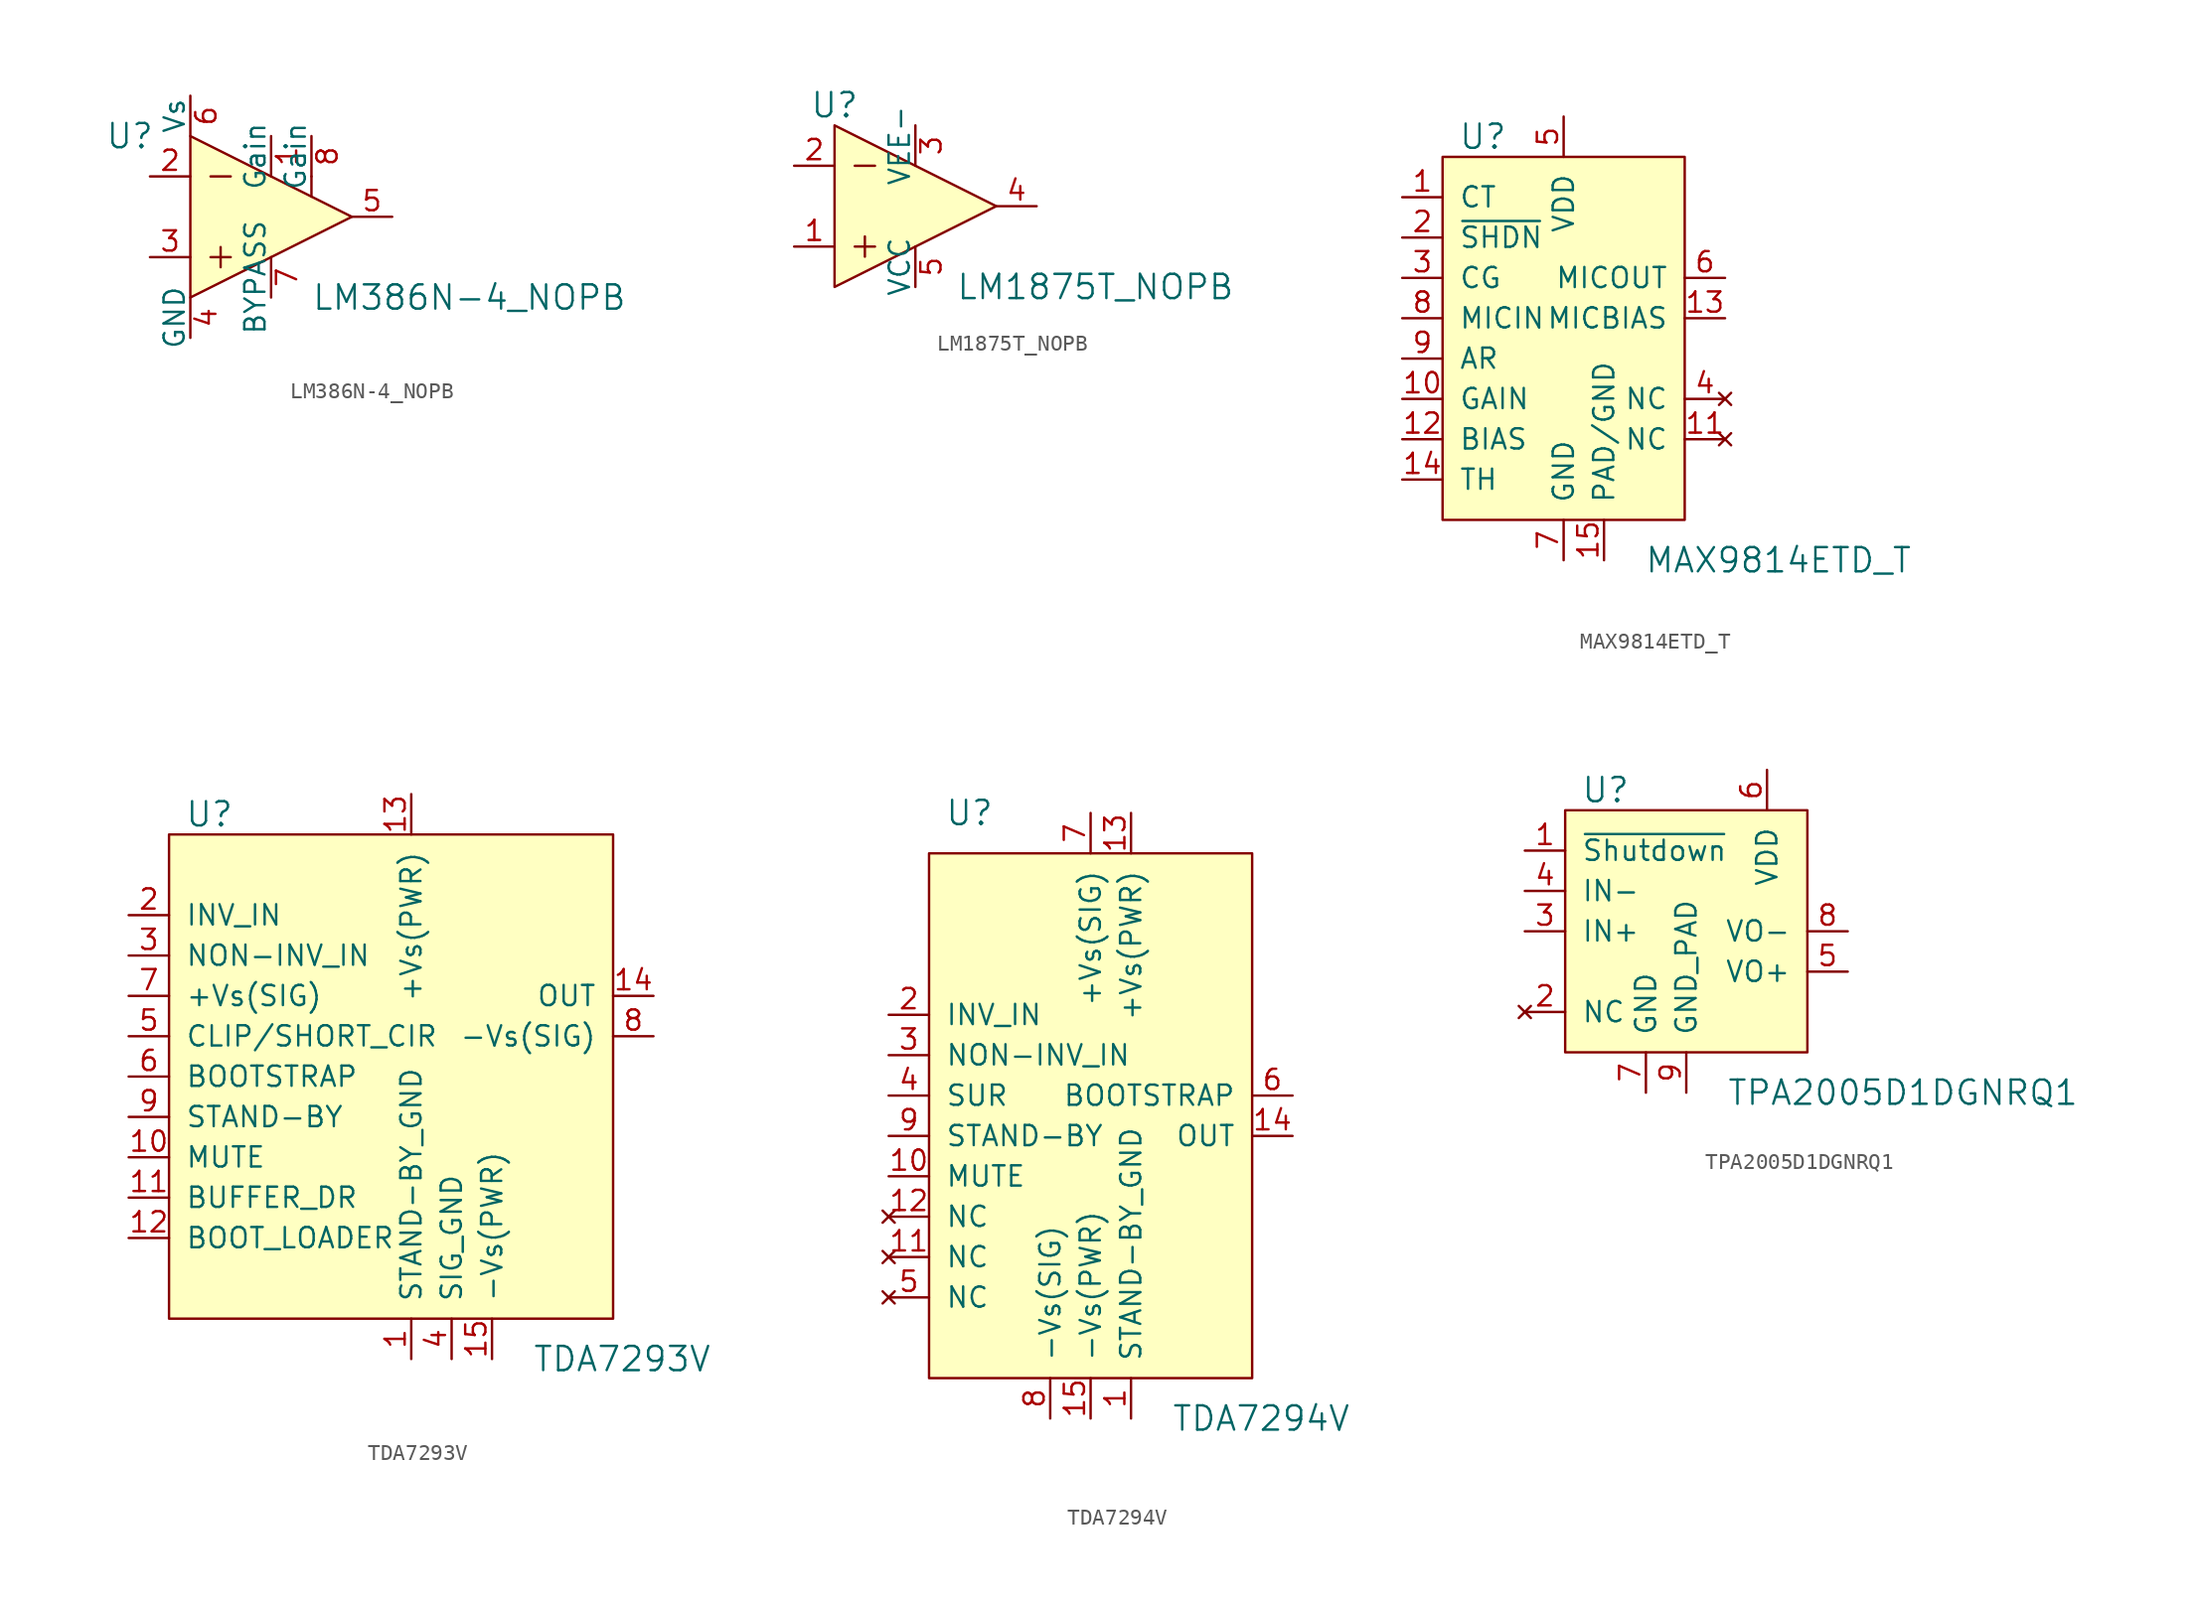
<source format=kicad_sym>
(kicad_symbol_lib
  (version 20211014)
  (generator kicad_symbol_editor)
  (symbol "LM386N-4_NOPB"
    (pin_names
      (offset 0))
    (property "Reference" "U"
      (at -8.89 5.08 0)
      (effects (font (size 1.524 1.524))))
    (property "Value" "LM386N-4_NOPB"
      (at 2.54 -5.08 0)
      (effects (font (size 1.524 1.524)) (justify left)))
    (symbol "LM386N-4_NOPB_0_1"
      (polyline (pts (xy -3.81 -2.54) (xy -2.54 -2.54)) (stroke (width 0) (type default) (color 0 0 0 0)) (fill (type none)))
      (polyline (pts (xy -3.81 2.54) (xy -2.54 2.54)) (stroke (width 0) (type default) (color 0 0 0 0)) (fill (type none)))
      (polyline (pts (xy -3.175 -1.905) (xy -3.175 -3.175)) (stroke (width 0) (type default) (color 0 0 0 0)) (fill (type none)))
      (polyline (pts (xy 2.54 2.54) (xy 2.54 1.27)) (stroke (width 0) (type default) (color 0 0 0 0)) (fill (type none)))
      (polyline (pts (xy -5.08 5.08) (xy -5.08 -5.08) (xy 5.08 0) (xy -5.08 5.08)) (stroke (width 0) (type default) (color 0 0 0 0)) (fill (type background))))
    (symbol "LM386N-4_NOPB_1_1"
      (pin passive line (at 0 5.08 270) (length 2.54) (name "Gain" (effects (font (size 1.27 1.27)))) (number "1" (effects (font (size 1.27 1.27)))))
      (pin input line (at -7.62 2.54 0) (length 2.54) (name "~" (effects (font (size 1.27 1.27)))) (number "2" (effects (font (size 1.27 1.27)))))
      (pin input line (at -7.62 -2.54 0) (length 2.54) (name "~" (effects (font (size 1.27 1.27)))) (number "3" (effects (font (size 1.27 1.27)))))
      (pin power_in line (at -5.08 -7.62 90) (length 2.54) (name "GND" (effects (font (size 1.27 1.27)))) (number "4" (effects (font (size 1.27 1.27)))))
      (pin output line (at 7.62 0 180) (length 2.54) (name "~" (effects (font (size 1.27 1.27)))) (number "5" (effects (font (size 1.27 1.27)))))
      (pin power_in line (at -5.08 7.62 270) (length 2.54) (name "Vs" (effects (font (size 1.27 1.27)))) (number "6" (effects (font (size 1.27 1.27)))))
      (pin output line (at 0 -5.08 90) (length 2.54) (name "BYPASS" (effects (font (size 1.27 1.27)))) (number "7" (effects (font (size 1.27 1.27)))))
      (pin passive line (at 2.54 5.08 270) (length 2.54) (name "Gain" (effects (font (size 1.27 1.27)))) (number "8" (effects (font (size 1.27 1.27)))))))
  (symbol "LM1875T_NOPB"
    (pin_names
      (offset 0))
    (property "Reference" "U"
      (at -5.08 6.35 0)
      (effects (font (size 1.524 1.524))))
    (property "Value" "LM1875T_NOPB"
      (at 2.54 -5.08 0)
      (effects (font (size 1.524 1.524)) (justify left)))
    (symbol "LM1875T_NOPB_0_1"
      (polyline (pts (xy -3.81 -2.54) (xy -2.54 -2.54)) (stroke (width 0) (type default) (color 0 0 0 0)) (fill (type none)))
      (polyline (pts (xy -3.81 2.54) (xy -2.54 2.54)) (stroke (width 0) (type default) (color 0 0 0 0)) (fill (type none)))
      (polyline (pts (xy -3.175 -1.905) (xy -3.175 -3.175)) (stroke (width 0) (type default) (color 0 0 0 0)) (fill (type none)))
      (polyline (pts (xy 5.08 0) (xy -5.08 5.08) (xy -5.08 -5.08) (xy 5.08 0)) (stroke (width 0) (type default) (color 0 0 0 0)) (fill (type background))))
    (symbol "LM1875T_NOPB_1_1"
      (pin input line (at -7.62 -2.54 0) (length 2.54) (name "~" (effects (font (size 1.27 1.27)))) (number "1" (effects (font (size 1.27 1.27)))))
      (pin input line (at -7.62 2.54 0) (length 2.54) (name "~" (effects (font (size 1.27 1.27)))) (number "2" (effects (font (size 1.27 1.27)))))
      (pin power_in line (at 0 5.08 270) (length 2.54) (name "VEE-" (effects (font (size 1.27 1.27)))) (number "3" (effects (font (size 1.27 1.27)))))
      (pin output line (at 7.62 0 180) (length 2.54) (name "~" (effects (font (size 1.27 1.27)))) (number "4" (effects (font (size 1.27 1.27)))))
      (pin power_in line (at 0 -5.08 90) (length 2.54) (name "VCC" (effects (font (size 1.27 1.27)))) (number "5" (effects (font (size 1.27 1.27)))))))
  (symbol "MAX9814ETD_T"
    (pin_names
      (offset 1.016))
    (property "Reference" "U"
      (at -7.62 3.81 0)
      (effects (font (size 1.524 1.524))))
    (property "Value" "MAX9814ETD_T"
      (at 2.54 -22.86 0)
      (effects (font (size 1.524 1.524)) (justify left)))
    (symbol "MAX9814ETD_T_0_1"
      (rectangle (start -10.16 2.54) (end 5.08 -20.32) (stroke (width 0) (type default) (color 0 0 0 0)) (fill (type background))))
    (symbol "MAX9814ETD_T_1_1"
      (pin passive line (at -12.7 0 0) (length 2.54) (name "CT" (effects (font (size 1.27 1.27)))) (number "1" (effects (font (size 1.27 1.27)))))
      (pin input line (at -12.7 -12.7 0) (length 2.54) (name "GAIN" (effects (font (size 1.27 1.27)))) (number "10" (effects (font (size 1.27 1.27)))))
      (pin no_connect line (at 7.62 -15.24 180) (length 2.54) (name "NC" (effects (font (size 1.27 1.27)))) (number "11" (effects (font (size 1.27 1.27)))))
      (pin input line (at -12.7 -15.24 0) (length 2.54) (name "BIAS" (effects (font (size 1.27 1.27)))) (number "12" (effects (font (size 1.27 1.27)))))
      (pin output line (at 7.62 -7.62 180) (length 2.54) (name "MICBIAS" (effects (font (size 1.27 1.27)))) (number "13" (effects (font (size 1.27 1.27)))))
      (pin input line (at -12.7 -17.78 0) (length 2.54) (name "TH" (effects (font (size 1.27 1.27)))) (number "14" (effects (font (size 1.27 1.27)))))
      (pin power_in line (at 0 -22.86 90) (length 2.54) (name "PAD/GND" (effects (font (size 1.27 1.27)))) (number "15" (effects (font (size 1.27 1.27)))))
      (pin input line (at -12.7 -2.54 0) (length 2.54) (name "~{SHDN}" (effects (font (size 1.27 1.27)))) (number "2" (effects (font (size 1.27 1.27)))))
      (pin input line (at -12.7 -5.08 0) (length 2.54) (name "CG" (effects (font (size 1.27 1.27)))) (number "3" (effects (font (size 1.27 1.27)))))
      (pin no_connect line (at 7.62 -12.7 180) (length 2.54) (name "NC" (effects (font (size 1.27 1.27)))) (number "4" (effects (font (size 1.27 1.27)))))
      (pin power_in line (at -2.54 5.08 270) (length 2.54) (name "VDD" (effects (font (size 1.27 1.27)))) (number "5" (effects (font (size 1.27 1.27)))))
      (pin output line (at 7.62 -5.08 180) (length 2.54) (name "MICOUT" (effects (font (size 1.27 1.27)))) (number "6" (effects (font (size 1.27 1.27)))))
      (pin power_in line (at -2.54 -22.86 90) (length 2.54) (name "GND" (effects (font (size 1.27 1.27)))) (number "7" (effects (font (size 1.27 1.27)))))
      (pin input line (at -12.7 -7.62 0) (length 2.54) (name "MICIN" (effects (font (size 1.27 1.27)))) (number "8" (effects (font (size 1.27 1.27)))))
      (pin input line (at -12.7 -10.16 0) (length 2.54) (name "AR" (effects (font (size 1.27 1.27)))) (number "9" (effects (font (size 1.27 1.27)))))))
  (symbol "TDA7293V"
    (pin_names
      (offset 1.016))
    (property "Reference" "U"
      (at -12.7 13.97 0)
      (effects (font (size 1.524 1.524))))
    (property "Value" "TDA7293V"
      (at 7.62 -20.32 0)
      (effects (font (size 1.524 1.524)) (justify left)))
    (symbol "TDA7293V_0_1"
      (rectangle (start -15.24 12.7) (end 12.7 -17.78) (stroke (width 0) (type default) (color 0 0 0 0)) (fill (type background))))
    (symbol "TDA7293V_1_1"
      (pin power_in line (at 0 -20.32 90) (length 2.54) (name "STAND-BY_GND" (effects (font (size 1.27 1.27)))) (number "1" (effects (font (size 1.27 1.27)))))
      (pin input line (at -17.78 -7.62 0) (length 2.54) (name "MUTE" (effects (font (size 1.27 1.27)))) (number "10" (effects (font (size 1.27 1.27)))))
      (pin input line (at -17.78 -10.16 0) (length 2.54) (name "BUFFER_DR" (effects (font (size 1.27 1.27)))) (number "11" (effects (font (size 1.27 1.27)))))
      (pin passive line (at -17.78 -12.7 0) (length 2.54) (name "BOOT_LOADER" (effects (font (size 1.27 1.27)))) (number "12" (effects (font (size 1.27 1.27)))))
      (pin power_in line (at 0 15.24 270) (length 2.54) (name "+Vs(PWR)" (effects (font (size 1.27 1.27)))) (number "13" (effects (font (size 1.27 1.27)))))
      (pin output line (at 15.24 2.54 180) (length 2.54) (name "OUT" (effects (font (size 1.27 1.27)))) (number "14" (effects (font (size 1.27 1.27)))))
      (pin power_in line (at 5.08 -20.32 90) (length 2.54) (name "-Vs(PWR)" (effects (font (size 1.27 1.27)))) (number "15" (effects (font (size 1.27 1.27)))))
      (pin input line (at -17.78 7.62 0) (length 2.54) (name "INV_IN" (effects (font (size 1.27 1.27)))) (number "2" (effects (font (size 1.27 1.27)))))
      (pin input line (at -17.78 5.08 0) (length 2.54) (name "NON-INV_IN" (effects (font (size 1.27 1.27)))) (number "3" (effects (font (size 1.27 1.27)))))
      (pin power_in line (at 2.54 -20.32 90) (length 2.54) (name "SIG_GND" (effects (font (size 1.27 1.27)))) (number "4" (effects (font (size 1.27 1.27)))))
      (pin input line (at -17.78 0 0) (length 2.54) (name "CLIP/SHORT_CIR" (effects (font (size 1.27 1.27)))) (number "5" (effects (font (size 1.27 1.27)))))
      (pin passive line (at -17.78 -2.54 0) (length 2.54) (name "BOOTSTRAP" (effects (font (size 1.27 1.27)))) (number "6" (effects (font (size 1.27 1.27)))))
      (pin input line (at -17.78 2.54 0) (length 2.54) (name "+Vs(SIG)" (effects (font (size 1.27 1.27)))) (number "7" (effects (font (size 1.27 1.27)))))
      (pin output line (at 15.24 0 180) (length 2.54) (name "-Vs(SIG)" (effects (font (size 1.27 1.27)))) (number "8" (effects (font (size 1.27 1.27)))))
      (pin input line (at -17.78 -5.08 0) (length 2.54) (name "STAND-BY" (effects (font (size 1.27 1.27)))) (number "9" (effects (font (size 1.27 1.27)))))))
  (symbol "TDA7294V"
    (pin_names
      (offset 1.016))
    (property "Reference" "U"
      (at -7.62 17.78 0)
      (effects (font (size 1.524 1.524))))
    (property "Value" "TDA7294V"
      (at 5.08 -20.32 0)
      (effects (font (size 1.524 1.524)) (justify left)))
    (symbol "TDA7294V_0_1"
      (rectangle (start -10.16 15.24) (end 10.16 -17.78) (stroke (width 0) (type default) (color 0 0 0 0)) (fill (type background))))
    (symbol "TDA7294V_1_1"
      (pin power_in line (at 2.54 -20.32 90) (length 2.54) (name "STAND-BY_GND" (effects (font (size 1.27 1.27)))) (number "1" (effects (font (size 1.27 1.27)))))
      (pin input line (at -12.7 -5.08 0) (length 2.54) (name "MUTE" (effects (font (size 1.27 1.27)))) (number "10" (effects (font (size 1.27 1.27)))))
      (pin no_connect line (at -12.7 -10.16 0) (length 2.54) (name "NC" (effects (font (size 1.27 1.27)))) (number "11" (effects (font (size 1.27 1.27)))))
      (pin no_connect line (at -12.7 -7.62 0) (length 2.54) (name "NC" (effects (font (size 1.27 1.27)))) (number "12" (effects (font (size 1.27 1.27)))))
      (pin power_in line (at 2.54 17.78 270) (length 2.54) (name "+Vs(PWR)" (effects (font (size 1.27 1.27)))) (number "13" (effects (font (size 1.27 1.27)))))
      (pin output line (at 12.7 -2.54 180) (length 2.54) (name "OUT" (effects (font (size 1.27 1.27)))) (number "14" (effects (font (size 1.27 1.27)))))
      (pin power_in line (at 0 -20.32 90) (length 2.54) (name "-Vs(PWR)" (effects (font (size 1.27 1.27)))) (number "15" (effects (font (size 1.27 1.27)))))
      (pin input line (at -12.7 5.08 0) (length 2.54) (name "INV_IN" (effects (font (size 1.27 1.27)))) (number "2" (effects (font (size 1.27 1.27)))))
      (pin input line (at -12.7 2.54 0) (length 2.54) (name "NON-INV_IN" (effects (font (size 1.27 1.27)))) (number "3" (effects (font (size 1.27 1.27)))))
      (pin input line (at -12.7 0 0) (length 2.54) (name "SUR" (effects (font (size 1.27 1.27)))) (number "4" (effects (font (size 1.27 1.27)))))
      (pin no_connect line (at -12.7 -12.7 0) (length 2.54) (name "NC" (effects (font (size 1.27 1.27)))) (number "5" (effects (font (size 1.27 1.27)))))
      (pin output line (at 12.7 0 180) (length 2.54) (name "BOOTSTRAP" (effects (font (size 1.27 1.27)))) (number "6" (effects (font (size 1.27 1.27)))))
      (pin power_in line (at 0 17.78 270) (length 2.54) (name "+Vs(SIG)" (effects (font (size 1.27 1.27)))) (number "7" (effects (font (size 1.27 1.27)))))
      (pin power_in line (at -2.54 -20.32 90) (length 2.54) (name "-Vs(SIG)" (effects (font (size 1.27 1.27)))) (number "8" (effects (font (size 1.27 1.27)))))
      (pin input line (at -12.7 -2.54 0) (length 2.54) (name "STAND-BY" (effects (font (size 1.27 1.27)))) (number "9" (effects (font (size 1.27 1.27)))))))
  (symbol "TPA2005D1DGNRQ1"
    (pin_names
      (offset 1.016))
    (property "Reference" "U"
      (at -10.16 6.35 0)
      (effects (font (size 1.524 1.524))))
    (property "Value" "TPA2005D1DGNRQ1"
      (at -2.54 -12.7 0)
      (effects (font (size 1.524 1.524)) (justify left)))
    (symbol "TPA2005D1DGNRQ1_0_1"
      (rectangle (start -12.7 5.08) (end 2.54 -10.16) (stroke (width 0) (type default) (color 0 0 0 0)) (fill (type background))))
    (symbol "TPA2005D1DGNRQ1_1_1"
      (pin input line (at -15.24 2.54 0) (length 2.54) (name "~{Shutdown}" (effects (font (size 1.27 1.27)))) (number "1" (effects (font (size 1.27 1.27)))))
      (pin no_connect line (at -15.24 -7.62 0) (length 2.54) (name "NC" (effects (font (size 1.27 1.27)))) (number "2" (effects (font (size 1.27 1.27)))))
      (pin input line (at -15.24 -2.54 0) (length 2.54) (name "IN+" (effects (font (size 1.27 1.27)))) (number "3" (effects (font (size 1.27 1.27)))))
      (pin input line (at -15.24 0 0) (length 2.54) (name "IN-" (effects (font (size 1.27 1.27)))) (number "4" (effects (font (size 1.27 1.27)))))
      (pin output line (at 5.08 -5.08 180) (length 2.54) (name "VO+" (effects (font (size 1.27 1.27)))) (number "5" (effects (font (size 1.27 1.27)))))
      (pin power_in line (at 0 7.62 270) (length 2.54) (name "VDD" (effects (font (size 1.27 1.27)))) (number "6" (effects (font (size 1.27 1.27)))))
      (pin power_in line (at -7.62 -12.7 90) (length 2.54) (name "GND" (effects (font (size 1.27 1.27)))) (number "7" (effects (font (size 1.27 1.27)))))
      (pin output line (at 5.08 -2.54 180) (length 2.54) (name "VO-" (effects (font (size 1.27 1.27)))) (number "8" (effects (font (size 1.27 1.27)))))
      (pin power_in line (at -5.08 -12.7 90) (length 2.54) (name "GND_PAD" (effects (font (size 1.27 1.27)))) (number "9" (effects (font (size 1.27 1.27))))))))
</source>
